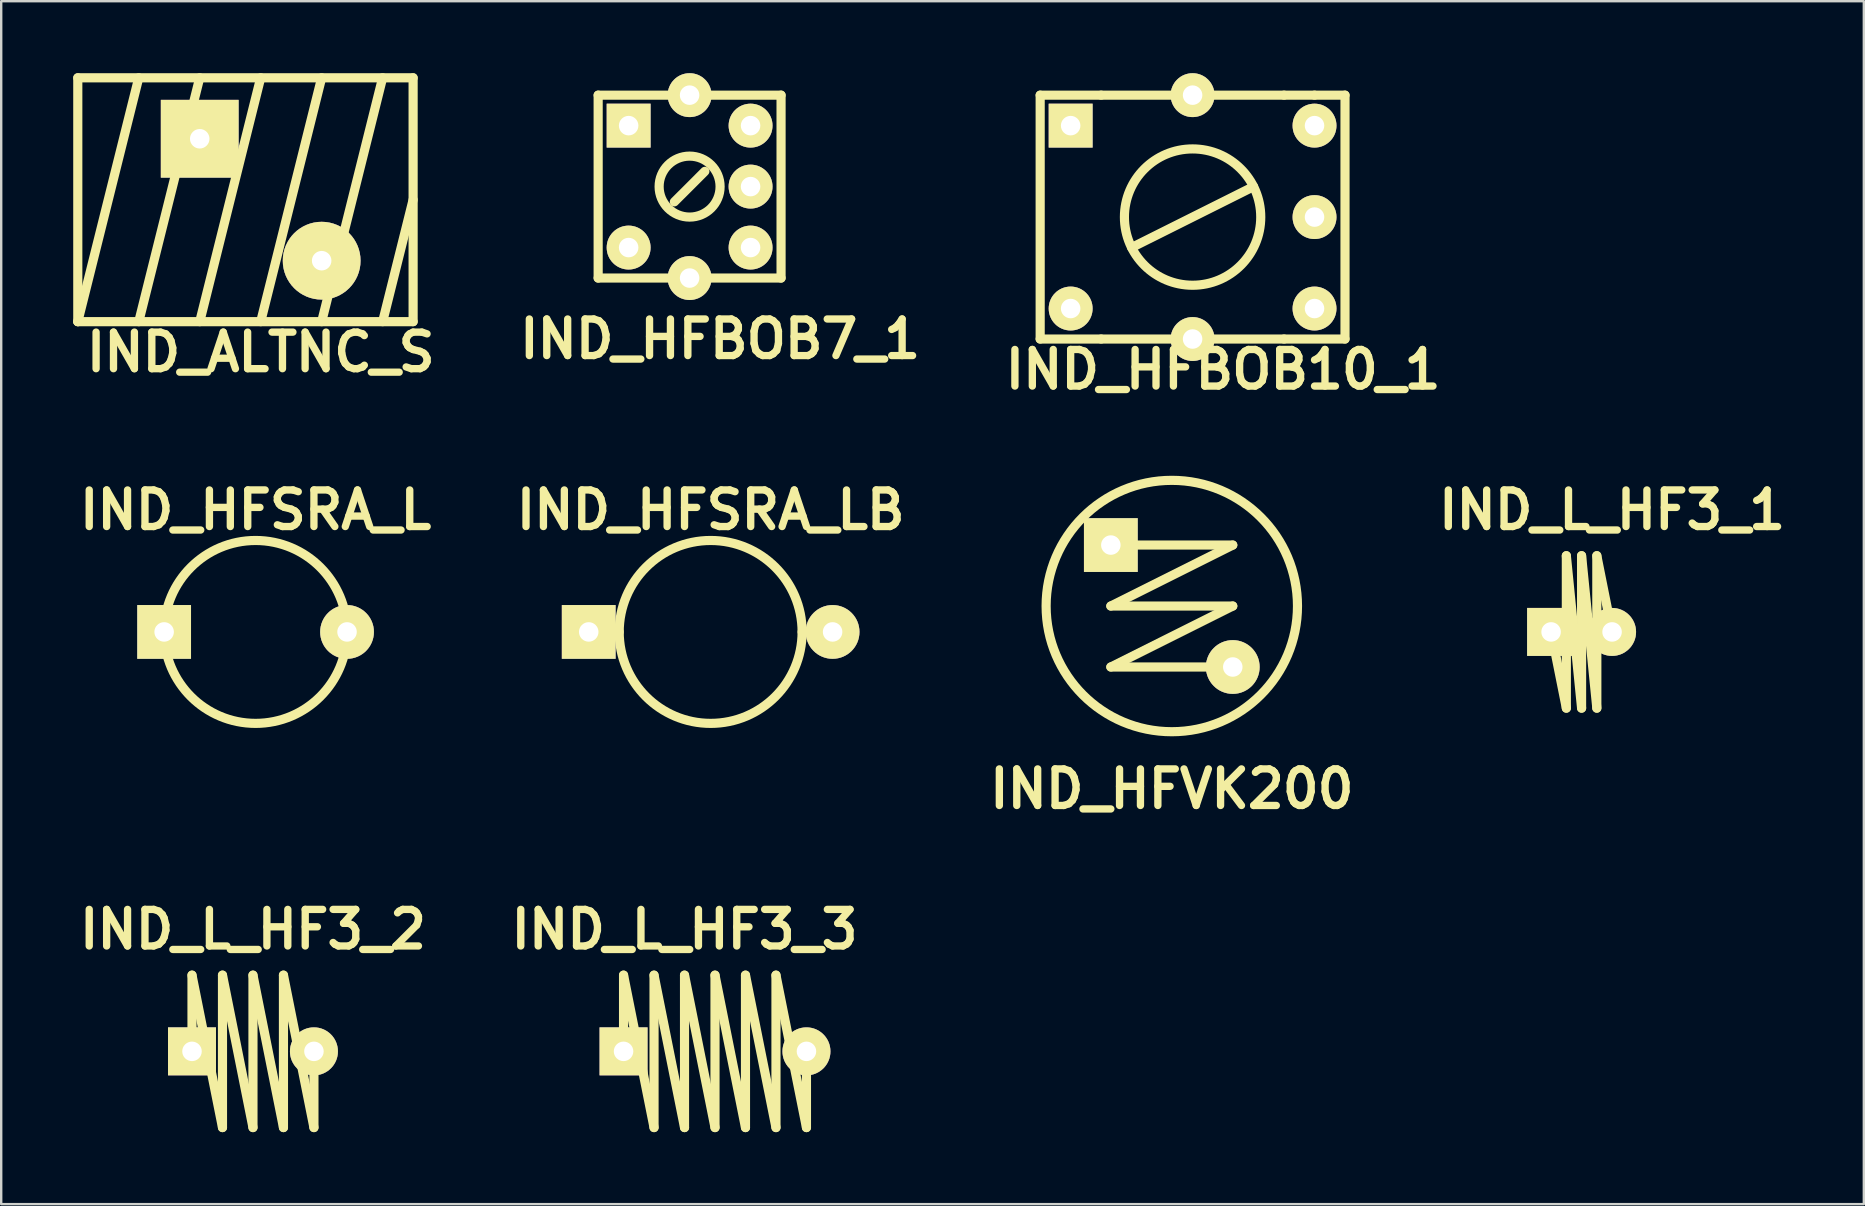
<source format=kicad_pcb>
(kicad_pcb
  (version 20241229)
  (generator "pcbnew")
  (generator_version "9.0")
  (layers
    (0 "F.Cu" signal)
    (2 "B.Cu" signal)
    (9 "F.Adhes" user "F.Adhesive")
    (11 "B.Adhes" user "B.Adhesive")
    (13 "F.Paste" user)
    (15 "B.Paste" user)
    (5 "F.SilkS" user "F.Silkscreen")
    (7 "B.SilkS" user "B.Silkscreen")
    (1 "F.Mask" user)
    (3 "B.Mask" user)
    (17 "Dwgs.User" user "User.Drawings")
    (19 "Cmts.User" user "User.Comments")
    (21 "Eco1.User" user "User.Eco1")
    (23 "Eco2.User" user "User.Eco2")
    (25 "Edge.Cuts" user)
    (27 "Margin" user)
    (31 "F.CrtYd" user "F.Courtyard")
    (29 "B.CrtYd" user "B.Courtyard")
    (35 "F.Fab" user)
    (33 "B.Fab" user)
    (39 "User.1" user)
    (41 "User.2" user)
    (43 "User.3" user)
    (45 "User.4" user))
  (footprint "IND_HFBOB10_1"
    (layer "F.Cu")
    (at 46.635 5.994)
    (property "Reference" "IND_HFBOB10_1" (at 1.27 6.35 0) (layer "F.SilkS") (effects (font (size 1.524 1.524) (thickness 0.305))))
    (attr through_hole)
    (fp_line (start -6.35 -5.08) (end -3.81 -5.08) (stroke (width 0.381) (type solid)) (layer "F.SilkS"))
    (fp_line (start -6.35 5.08) (end -6.35 -5.08) (stroke (width 0.381) (type solid)) (layer "F.SilkS"))
    (fp_line (start -3.81 5.08) (end -6.35 5.08) (stroke (width 0.381) (type solid)) (layer "F.SilkS"))
    (fp_line (start -3.81 5.08) (end 3.81 5.08) (stroke (width 0.381) (type solid)) (layer "F.SilkS"))
    (fp_line (start -2.54 1.27) (end 2.54 -1.27) (stroke (width 0.381) (type solid)) (layer "F.SilkS"))
    (fp_line (start 3.81 -5.08) (end -3.81 -5.08) (stroke (width 0.381) (type solid)) (layer "F.SilkS"))
    (fp_line (start 3.81 -5.08) (end 5.08 -5.08) (stroke (width 0.381) (type solid)) (layer "F.SilkS"))
    (fp_line (start 5.08 -5.08) (end 6.35 -5.08) (stroke (width 0.381) (type solid)) (layer "F.SilkS"))
    (fp_line (start 6.35 -5.08) (end 6.35 5.08) (stroke (width 0.381) (type solid)) (layer "F.SilkS"))
    (fp_line (start 6.35 5.08) (end 3.81 5.08) (stroke (width 0.381) (type solid)) (layer "F.SilkS"))
    (fp_circle (center 0 0) (end 1.27 -2.54) (stroke (width 0.381) (type solid)) (fill no) (layer "F.SilkS"))
    (pad "1" thru_hole rect (at -5.08 -3.81) (size 1.829 1.829) (drill 0.813) (layers "*.Cu" "*.Mask" "F.SilkS"))
    (pad "2" thru_hole circle (at -5.08 3.81) (size 1.829 1.829) (drill 0.813) (layers "*.Cu" "*.Mask" "F.SilkS"))
    (pad "3" thru_hole circle (at 5.08 3.81) (size 1.829 1.829) (drill 0.813) (layers "*.Cu" "*.Mask" "F.SilkS"))
    (pad "4" thru_hole circle (at 5.08 0) (size 1.829 1.829) (drill 0.813) (layers "*.Cu" "*.Mask" "F.SilkS"))
    (pad "5" thru_hole circle (at 5.08 -3.81) (size 1.829 1.829) (drill 0.813) (layers "*.Cu" "*.Mask" "F.SilkS"))
    (pad "6" thru_hole circle (at 0 -5.08) (size 1.829 1.829) (drill 0.813) (layers "*.Cu" "*.Mask" "F.SilkS"))
    (pad "7" thru_hole circle (at 0 5.08) (size 1.829 1.829) (drill 0.813) (layers "*.Cu" "*.Mask" "F.SilkS")))
  (footprint "IND_HFSRA_L"
    (layer "F.Cu")
    (at 7.598 23.277)
    (property "Reference" "IND_HFSRA_L" (at 0 -5.08 0) (layer "F.SilkS") (effects (font (size 1.524 1.524) (thickness 0.305))))
    (attr through_hole)
    (fp_circle (center 0 0) (end 3.81 0) (stroke (width 0.381) (type solid)) (fill no) (layer "F.SilkS"))
    (pad "1" thru_hole rect (at -3.81 0) (size 2.24 2.24) (drill 0.813) (layers "*.Cu" "*.Mask" "F.SilkS"))
    (pad "2" thru_hole circle (at 3.81 0) (size 2.24 2.24) (drill 0.813) (layers "*.Cu" "*.Mask" "F.SilkS")))
  (footprint "IND_ALTNC_S"
    (layer "F.Cu")
    (at 7.811 5.271)
    (property "Reference" "IND_ALTNC_S" (at 0 6.35 0) (layer "F.SilkS") (effects (font (size 1.524 1.524) (thickness 0.305))))
    (attr through_hole)
    (fp_line (start -7.62 -5.08) (end -7.62 5.08) (stroke (width 0.381) (type solid)) (layer "F.SilkS"))
    (fp_line (start -7.62 5.08) (end -5.08 -5.08) (stroke (width 0.381) (type solid)) (layer "F.SilkS"))
    (fp_line (start -7.62 5.08) (end 6.35 5.08) (stroke (width 0.381) (type solid)) (layer "F.SilkS"))
    (fp_line (start -5.08 5.08) (end -2.54 -5.08) (stroke (width 0.381) (type solid)) (layer "F.SilkS"))
    (fp_line (start -2.54 5.08) (end 0 -5.08) (stroke (width 0.381) (type solid)) (layer "F.SilkS"))
    (fp_line (start 0 5.08) (end 2.54 -5.08) (stroke (width 0.381) (type solid)) (layer "F.SilkS"))
    (fp_line (start 2.54 5.08) (end 5.08 -5.08) (stroke (width 0.381) (type solid)) (layer "F.SilkS"))
    (fp_line (start 5.08 5.08) (end 6.35 0) (stroke (width 0.381) (type solid)) (layer "F.SilkS"))
    (fp_line (start 6.35 -5.08) (end -7.62 -5.08) (stroke (width 0.381) (type solid)) (layer "F.SilkS"))
    (fp_line (start 6.35 5.08) (end 6.35 -5.08) (stroke (width 0.381) (type solid)) (layer "F.SilkS"))
    (pad "1" thru_hole rect (at -2.54 -2.54) (size 3.241 3.241) (drill 0.813) (layers "*.Cu" "*.Mask" "F.SilkS"))
    (pad "2" thru_hole circle (at 2.54 2.54) (size 3.241 3.241) (drill 0.813) (layers "*.Cu" "*.Mask" "F.SilkS")))
  (footprint "IND_L_HF3_1"
    (layer "F.Cu")
    (at 61.571 23.277)
    (property "Reference" "IND_L_HF3_1" (at 2.54 -5.08 0) (layer "F.SilkS") (effects (font (size 1.524 1.524) (thickness 0.305))))
    (attr through_hole)
    (fp_line (start 0.635 -3.175) (end 0.635 3.175) (stroke (width 0.381) (type solid)) (layer "F.SilkS"))
    (fp_line (start 0.635 3.175) (end 0 0) (stroke (width 0.381) (type solid)) (layer "F.SilkS"))
    (fp_line (start 1.27 -3.175) (end 1.905 3.175) (stroke (width 0.381) (type solid)) (layer "F.SilkS"))
    (fp_line (start 1.27 3.175) (end 0.635 -3.175) (stroke (width 0.381) (type solid)) (layer "F.SilkS"))
    (fp_line (start 1.27 3.175) (end 1.27 -3.175) (stroke (width 0.381) (type solid)) (layer "F.SilkS"))
    (fp_line (start 1.905 -3.175) (end 2.54 0) (stroke (width 0.381) (type solid)) (layer "F.SilkS"))
    (fp_line (start 1.905 3.175) (end 1.905 -3.175) (stroke (width 0.381) (type solid)) (layer "F.SilkS"))
    (pad "1" thru_hole rect (at 0 0) (size 1.999 1.999) (drill 0.813) (layers "*.Cu" "*.Mask" "F.SilkS"))
    (pad "2" thru_hole circle (at 2.54 0) (size 1.999 1.999) (drill 0.813) (layers "*.Cu" "*.Mask" "F.SilkS")))
  (footprint "IND_HFSRA_LB"
    (layer "F.Cu")
    (at 26.557 23.277)
    (property "Reference" "IND_HFSRA_LB" (at 0 -5.08 0) (layer "F.SilkS") (effects (font (size 1.524 1.524) (thickness 0.305))))
    (attr through_hole)
    (fp_line (start -3.81 0) (end -5.08 0) (stroke (width 0.381) (type solid)) (layer "F.SilkS"))
    (fp_line (start 3.81 0) (end 5.08 0) (stroke (width 0.381) (type solid)) (layer "F.SilkS"))
    (fp_circle (center 0 0) (end 3.81 0) (stroke (width 0.381) (type solid)) (fill no) (layer "F.SilkS"))
    (pad "1" thru_hole rect (at -5.08 0) (size 2.24 2.24) (drill 0.813) (layers "*.Cu" "*.Mask" "F.SilkS"))
    (pad "2" thru_hole circle (at 5.08 0) (size 2.24 2.24) (drill 0.813) (layers "*.Cu" "*.Mask" "F.SilkS")))
  (footprint "IND_L_HF3_2"
    (layer "F.Cu")
    (at 4.949 40.751)
    (property "Reference" "IND_L_HF3_2" (at 2.54 -5.08 0) (layer "F.SilkS") (effects (font (size 1.524 1.524) (thickness 0.305))))
    (attr through_hole)
    (fp_line (start 0 -3.175) (end 1.27 3.175) (stroke (width 0.381) (type solid)) (layer "F.SilkS"))
    (fp_line (start 0 0) (end 0 -3.175) (stroke (width 0.381) (type solid)) (layer "F.SilkS"))
    (fp_line (start 1.27 -3.175) (end 2.54 3.175) (stroke (width 0.381) (type solid)) (layer "F.SilkS"))
    (fp_line (start 1.27 3.175) (end 1.27 -3.175) (stroke (width 0.381) (type solid)) (layer "F.SilkS"))
    (fp_line (start 2.54 -3.175) (end 3.81 3.175) (stroke (width 0.381) (type solid)) (layer "F.SilkS"))
    (fp_line (start 2.54 3.175) (end 2.54 -3.175) (stroke (width 0.381) (type solid)) (layer "F.SilkS"))
    (fp_line (start 3.81 -3.175) (end 5.08 3.175) (stroke (width 0.381) (type solid)) (layer "F.SilkS"))
    (fp_line (start 3.81 3.175) (end 3.81 -3.175) (stroke (width 0.381) (type solid)) (layer "F.SilkS"))
    (fp_line (start 5.08 3.175) (end 5.08 0) (stroke (width 0.381) (type solid)) (layer "F.SilkS"))
    (pad "1" thru_hole rect (at 0 0) (size 1.999 1.999) (drill 0.813) (layers "*.Cu" "*.Mask" "F.SilkS"))
    (pad "2" thru_hole circle (at 5.08 0) (size 1.999 1.999) (drill 0.813) (layers "*.Cu" "*.Mask" "F.SilkS")))
  (footprint "IND_HFBOB7_1"
    (layer "F.Cu")
    (at 25.68 4.724)
    (property "Reference" "IND_HFBOB7_1" (at 1.27 6.35 0) (layer "F.SilkS") (effects (font (size 1.524 1.524) (thickness 0.305))))
    (attr through_hole)
    (fp_line (start -3.81 -3.81) (end 3.81 -3.81) (stroke (width 0.381) (type solid)) (layer "F.SilkS"))
    (fp_line (start -3.81 3.81) (end -3.81 -3.81) (stroke (width 0.381) (type solid)) (layer "F.SilkS"))
    (fp_line (start -0.635 0.635) (end 0.635 -0.635) (stroke (width 0.381) (type solid)) (layer "F.SilkS"))
    (fp_line (start 3.81 -3.81) (end 3.81 3.81) (stroke (width 0.381) (type solid)) (layer "F.SilkS"))
    (fp_line (start 3.81 3.81) (end -3.81 3.81) (stroke (width 0.381) (type solid)) (layer "F.SilkS"))
    (fp_circle (center 0 0) (end -1.27 0) (stroke (width 0.381) (type solid)) (fill no) (layer "F.SilkS"))
    (pad "1" thru_hole rect (at -2.54 -2.54) (size 1.829 1.829) (drill 0.813) (layers "*.Cu" "*.Mask" "F.SilkS"))
    (pad "2" thru_hole circle (at -2.54 2.54) (size 1.829 1.829) (drill 0.813) (layers "*.Cu" "*.Mask" "F.SilkS"))
    (pad "3" thru_hole circle (at 2.54 2.54) (size 1.829 1.829) (drill 0.813) (layers "*.Cu" "*.Mask" "F.SilkS"))
    (pad "4" thru_hole circle (at 2.54 0) (size 1.829 1.829) (drill 0.813) (layers "*.Cu" "*.Mask" "F.SilkS"))
    (pad "5" thru_hole circle (at 2.54 -2.54) (size 1.829 1.829) (drill 0.813) (layers "*.Cu" "*.Mask" "F.SilkS"))
    (pad "6" thru_hole circle (at 0 -3.81) (size 1.829 1.829) (drill 0.813) (layers "*.Cu" "*.Mask" "F.SilkS"))
    (pad "7" thru_hole circle (at 0 3.81) (size 1.829 1.829) (drill 0.813) (layers "*.Cu" "*.Mask" "F.SilkS")))
  (footprint "IND_HFVK200"
    (layer "F.Cu")
    (at 45.769 22.198)
    (property "Reference" "IND_HFVK200" (at 0 7.62 0) (layer "F.SilkS") (effects (font (size 1.524 1.524) (thickness 0.305))))
    (attr through_hole)
    (fp_line (start -2.54 -2.54) (end 2.54 -2.54) (stroke (width 0.381) (type solid)) (layer "F.SilkS"))
    (fp_line (start -2.54 0) (end 2.54 0) (stroke (width 0.381) (type solid)) (layer "F.SilkS"))
    (fp_line (start -2.54 2.54) (end 2.54 2.54) (stroke (width 0.381) (type solid)) (layer "F.SilkS"))
    (fp_line (start 2.54 -2.54) (end -2.54 0) (stroke (width 0.381) (type solid)) (layer "F.SilkS"))
    (fp_line (start 2.54 0) (end -2.54 2.54) (stroke (width 0.381) (type solid)) (layer "F.SilkS"))
    (fp_circle (center 0 0) (end 5.08 1.27) (stroke (width 0.381) (type solid)) (fill no) (layer "F.SilkS"))
    (pad "1" thru_hole rect (at -2.54 -2.54) (size 2.24 2.24) (drill 0.813) (layers "*.Cu" "*.Mask" "F.SilkS"))
    (pad "2" thru_hole circle (at 2.54 2.54) (size 2.24 2.24) (drill 0.813) (layers "*.Cu" "*.Mask" "F.SilkS")))
  (footprint "IND_L_HF3_3"
    (layer "F.Cu")
    (at 22.928 40.751)
    (property "Reference" "IND_L_HF3_3" (at 2.54 -5.08 0) (layer "F.SilkS") (effects (font (size 1.524 1.524) (thickness 0.305))))
    (attr through_hole)
    (fp_line (start 0 -3.175) (end 1.27 3.175) (stroke (width 0.381) (type solid)) (layer "F.SilkS"))
    (fp_line (start 0 0) (end 0 -3.175) (stroke (width 0.381) (type solid)) (layer "F.SilkS"))
    (fp_line (start 1.27 -3.175) (end 2.54 3.175) (stroke (width 0.381) (type solid)) (layer "F.SilkS"))
    (fp_line (start 1.27 3.175) (end 1.27 -3.175) (stroke (width 0.381) (type solid)) (layer "F.SilkS"))
    (fp_line (start 2.54 -3.175) (end 3.81 3.175) (stroke (width 0.381) (type solid)) (layer "F.SilkS"))
    (fp_line (start 2.54 3.175) (end 2.54 -3.175) (stroke (width 0.381) (type solid)) (layer "F.SilkS"))
    (fp_line (start 3.81 -3.175) (end 5.08 3.175) (stroke (width 0.381) (type solid)) (layer "F.SilkS"))
    (fp_line (start 3.81 3.175) (end 3.81 -3.175) (stroke (width 0.381) (type solid)) (layer "F.SilkS"))
    (fp_line (start 5.08 -3.175) (end 6.35 3.175) (stroke (width 0.381) (type solid)) (layer "F.SilkS"))
    (fp_line (start 5.08 3.175) (end 5.08 -3.175) (stroke (width 0.381) (type solid)) (layer "F.SilkS"))
    (fp_line (start 6.35 -3.175) (end 7.62 3.175) (stroke (width 0.381) (type solid)) (layer "F.SilkS"))
    (fp_line (start 6.35 3.175) (end 6.35 -3.175) (stroke (width 0.381) (type solid)) (layer "F.SilkS"))
    (fp_line (start 7.62 3.175) (end 7.62 0) (stroke (width 0.381) (type solid)) (layer "F.SilkS"))
    (pad "1" thru_hole rect (at 0 0) (size 1.999 1.999) (drill 0.813) (layers "*.Cu" "*.Mask" "F.SilkS"))
    (pad "2" thru_hole circle (at 7.62 0) (size 1.999 1.999) (drill 0.813) (layers "*.Cu" "*.Mask" "F.SilkS")))
  (gr_rect
    (start -3 -3)
    (end 74.6 47.116)
    (stroke (width 0.1) (type default))
    (fill no)
    (layer "Edge.Cuts")))
</source>
